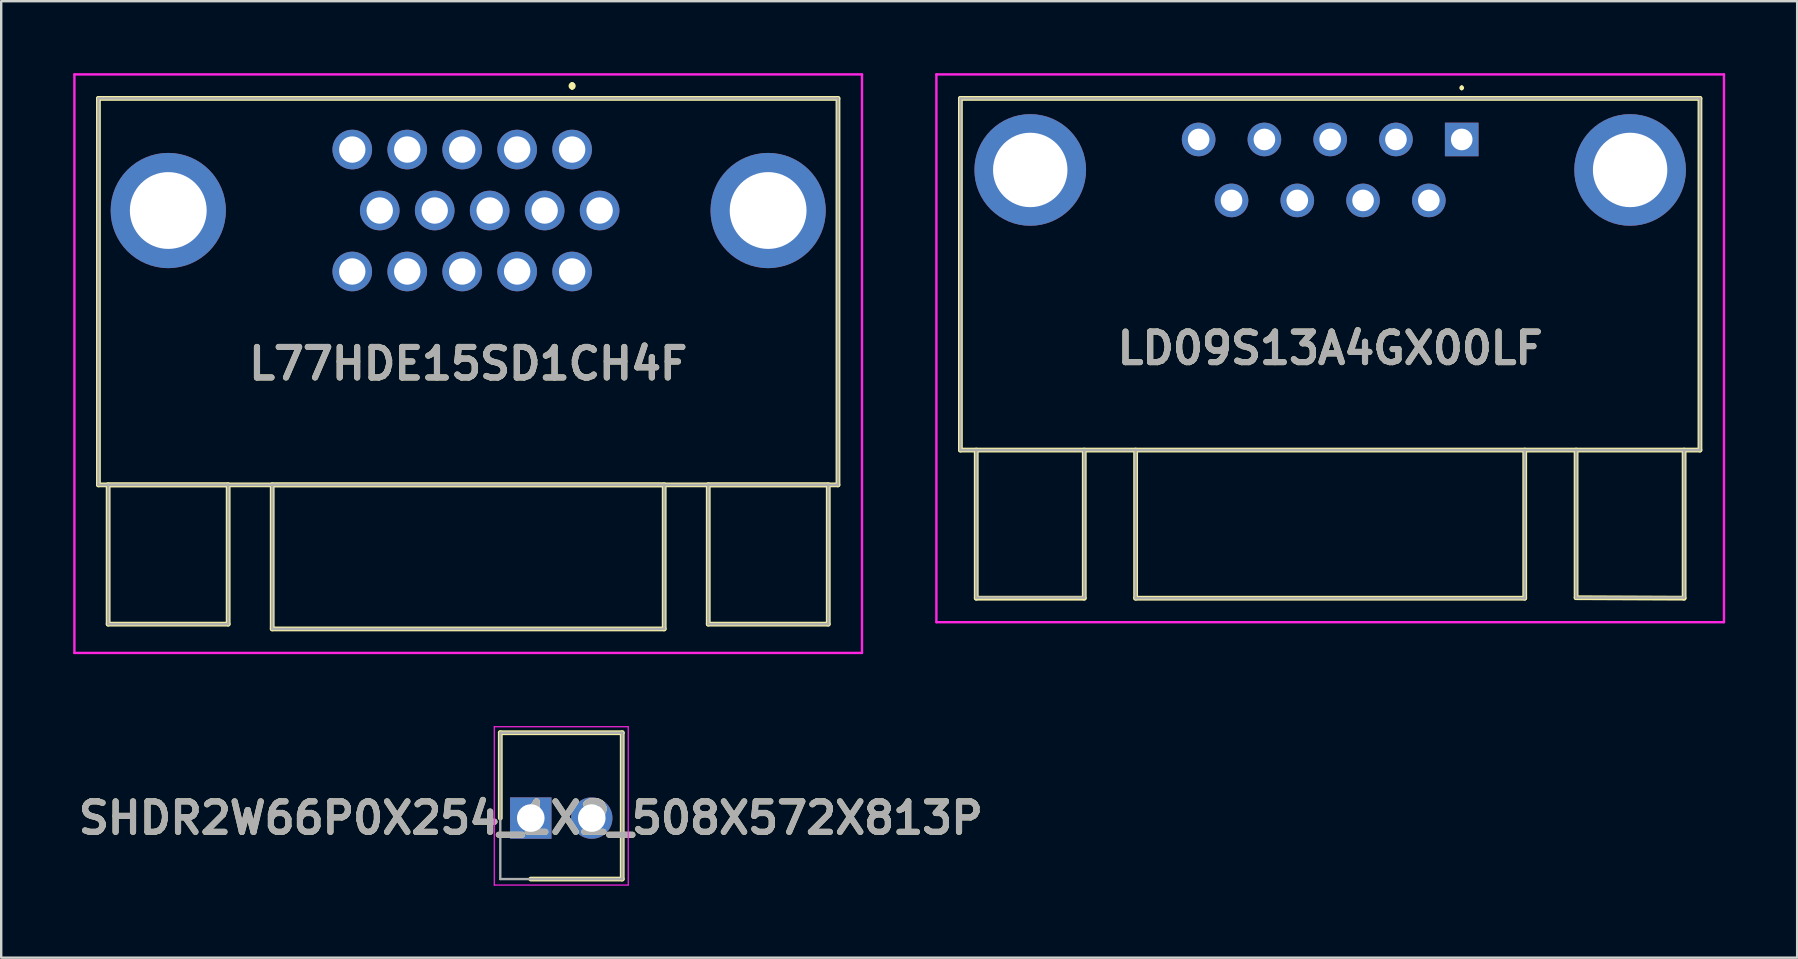
<source format=kicad_pcb>
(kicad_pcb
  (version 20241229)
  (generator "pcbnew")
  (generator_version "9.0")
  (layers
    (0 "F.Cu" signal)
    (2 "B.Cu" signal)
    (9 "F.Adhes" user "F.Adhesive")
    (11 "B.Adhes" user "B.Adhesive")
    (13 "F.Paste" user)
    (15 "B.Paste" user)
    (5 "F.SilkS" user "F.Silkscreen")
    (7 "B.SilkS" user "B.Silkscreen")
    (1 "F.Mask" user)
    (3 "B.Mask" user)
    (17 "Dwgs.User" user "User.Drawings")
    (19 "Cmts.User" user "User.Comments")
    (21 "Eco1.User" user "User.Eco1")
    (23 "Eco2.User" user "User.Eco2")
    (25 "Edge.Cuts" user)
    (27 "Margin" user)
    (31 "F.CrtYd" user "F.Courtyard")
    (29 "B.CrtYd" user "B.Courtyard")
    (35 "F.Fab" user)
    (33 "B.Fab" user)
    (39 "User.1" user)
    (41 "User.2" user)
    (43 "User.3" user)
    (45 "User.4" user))
  (footprint "LD09S13A4GX00LF"
    (layer "F.Cu")
    (at 57.845 2.76)
    (property "Reference" "LD09S13A4GX00LF" (at -5.48 8.7 0) (layer "F.SilkS") (effects (font (size 1.27 1.27) (thickness 0.254))))
    (attr through_hole)
    (fp_line (start -20.885 -1.71) (end 9.925 -1.71) (stroke (width 0.2) (type solid)) (layer "F.SilkS"))
    (fp_line (start -20.885 12.94) (end -20.885 -1.71) (stroke (width 0.2) (type solid)) (layer "F.SilkS"))
    (fp_line (start -20.225 19.11) (end -20.225 12.94) (stroke (width 0.2) (type solid)) (layer "F.SilkS"))
    (fp_line (start -15.725 12.94) (end -15.725 19.11) (stroke (width 0.2) (type solid)) (layer "F.SilkS"))
    (fp_line (start -15.725 19.11) (end -20.225 19.11) (stroke (width 0.2) (type solid)) (layer "F.SilkS"))
    (fp_line (start -13.585 19.11) (end -13.585 12.94) (stroke (width 0.2) (type solid)) (layer "F.SilkS"))
    (fp_line (start 0 -2.2) (end 0 -2.2) (stroke (width 0.1) (type solid)) (layer "F.SilkS"))
    (fp_line (start 0 -2.1) (end 0 -2.1) (stroke (width 0.1) (type solid)) (layer "F.SilkS"))
    (fp_line (start 2.625 12.94) (end 2.625 19.11) (stroke (width 0.2) (type solid)) (layer "F.SilkS"))
    (fp_line (start 2.625 19.11) (end -13.585 19.11) (stroke (width 0.2) (type solid)) (layer "F.SilkS"))
    (fp_line (start 4.765 12.94) (end 4.765 19.09) (stroke (width 0.2) (type solid)) (layer "F.SilkS"))
    (fp_line (start 4.765 19.09) (end 9.265 19.11) (stroke (width 0.2) (type solid)) (layer "F.SilkS"))
    (fp_line (start 9.265 19.11) (end 9.265 12.94) (stroke (width 0.2) (type solid)) (layer "F.SilkS"))
    (fp_line (start 9.925 -1.71) (end 9.925 12.94) (stroke (width 0.2) (type solid)) (layer "F.SilkS"))
    (fp_line (start 9.925 12.94) (end -20.885 12.94) (stroke (width 0.2) (type solid)) (layer "F.SilkS"))
    (fp_arc (start 0 -2.2) (mid 0.05 -2.15) (end 0 -2.1) (stroke (width 0.1) (type solid)) (layer "F.SilkS"))
    (fp_arc (start 0 -2.1) (mid -0.05 -2.15) (end 0 -2.2) (stroke (width 0.1) (type solid)) (layer "F.SilkS"))
    (fp_line (start -21.885 -2.71) (end -21.885 20.11) (stroke (width 0.1) (type solid)) (layer "F.CrtYd"))
    (fp_line (start -21.885 20.11) (end 10.925 20.11) (stroke (width 0.1) (type solid)) (layer "F.CrtYd"))
    (fp_line (start 10.925 -2.71) (end -21.885 -2.71) (stroke (width 0.1) (type solid)) (layer "F.CrtYd"))
    (fp_line (start 10.925 20.11) (end 10.925 -2.71) (stroke (width 0.1) (type solid)) (layer "F.CrtYd"))
    (fp_line (start -20.885 -1.71) (end -20.885 12.94) (stroke (width 0.1) (type solid)) (layer "F.Fab"))
    (fp_line (start -20.885 12.94) (end 9.925 12.94) (stroke (width 0.1) (type solid)) (layer "F.Fab"))
    (fp_line (start -20.225 19.09) (end -20.225 12.94) (stroke (width 0.1) (type solid)) (layer "F.Fab"))
    (fp_line (start -15.725 12.94) (end -15.725 19.09) (stroke (width 0.1) (type solid)) (layer "F.Fab"))
    (fp_line (start -15.725 19.09) (end -20.225 19.09) (stroke (width 0.1) (type solid)) (layer "F.Fab"))
    (fp_line (start -13.585 19.11) (end -13.585 12.94) (stroke (width 0.1) (type solid)) (layer "F.Fab"))
    (fp_line (start 2.625 12.94) (end 2.625 19.11) (stroke (width 0.1) (type solid)) (layer "F.Fab"))
    (fp_line (start 2.625 19.11) (end -13.585 19.11) (stroke (width 0.1) (type solid)) (layer "F.Fab"))
    (fp_line (start 4.765 12.94) (end 4.765 19.09) (stroke (width 0.1) (type solid)) (layer "F.Fab"))
    (fp_line (start 4.765 19.09) (end 9.265 19.09) (stroke (width 0.1) (type solid)) (layer "F.Fab"))
    (fp_line (start 9.265 19.09) (end 9.265 12.94) (stroke (width 0.1) (type solid)) (layer "F.Fab"))
    (fp_line (start 9.925 -1.71) (end -20.885 -1.71) (stroke (width 0.1) (type solid)) (layer "F.Fab"))
    (fp_line (start 9.925 12.94) (end 9.925 -1.71) (stroke (width 0.1) (type solid)) (layer "F.Fab"))
    (fp_text user "${REFERENCE}" (at -5.48 8.7 0) (layer "F.Fab") (effects (font (size 1.27 1.27) (thickness 0.254))))
    (pad "1" thru_hole rect (at 0 0) (size 1.4 1.4) (drill 0.9) (layers "*.Cu" "*.Mask"))
    (pad "2" thru_hole circle (at -2.74 0) (size 1.4 1.4) (drill 0.9) (layers "*.Cu" "*.Mask"))
    (pad "3" thru_hole circle (at -5.48 0) (size 1.4 1.4) (drill 0.9) (layers "*.Cu" "*.Mask"))
    (pad "4" thru_hole circle (at -8.22 0) (size 1.4 1.4) (drill 0.9) (layers "*.Cu" "*.Mask"))
    (pad "5" thru_hole circle (at -10.96 0) (size 1.4 1.4) (drill 0.9) (layers "*.Cu" "*.Mask"))
    (pad "6" thru_hole circle (at -1.37 2.54) (size 1.4 1.4) (drill 0.9) (layers "*.Cu" "*.Mask"))
    (pad "7" thru_hole circle (at -4.11 2.54) (size 1.4 1.4) (drill 0.9) (layers "*.Cu" "*.Mask"))
    (pad "8" thru_hole circle (at -6.85 2.54) (size 1.4 1.4) (drill 0.9) (layers "*.Cu" "*.Mask"))
    (pad "9" thru_hole circle (at -9.59 2.54) (size 1.4 1.4) (drill 0.9) (layers "*.Cu" "*.Mask"))
    (pad "MH1" thru_hole circle (at 7.015 1.27) (size 4.65 4.65) (drill 3.1) (layers "*.Cu" "*.Mask"))
    (pad "MH2" thru_hole circle (at -17.975 1.27) (size 4.65 4.65) (drill 3.1) (layers "*.Cu" "*.Mask")))
  (footprint "SHDR2W66P0X254_1X2_508X572X813P"
    (layer "F.Cu")
    (at 19.062 31.031)
    (property "Reference" "SHDR2W66P0X254_1X2_508X572X813P" (at 0 0 0) (layer "F.SilkS") (effects (font (size 1.27 1.27) (thickness 0.254))))
    (attr through_hole)
    (fp_line (start -1.27 -3.556) (end -1.27 0) (stroke (width 0.2) (type solid)) (layer "F.SilkS"))
    (fp_line (start 0 2.54) (end 3.81 2.54) (stroke (width 0.2) (type solid)) (layer "F.SilkS"))
    (fp_line (start 3.81 -3.556) (end -1.27 -3.556) (stroke (width 0.2) (type solid)) (layer "F.SilkS"))
    (fp_line (start 3.81 2.54) (end 3.81 -3.556) (stroke (width 0.2) (type solid)) (layer "F.SilkS"))
    (fp_line (start -1.52 -3.806) (end 4.06 -3.806) (stroke (width 0.05) (type solid)) (layer "F.CrtYd"))
    (fp_line (start -1.52 2.79) (end -1.52 -3.806) (stroke (width 0.05) (type solid)) (layer "F.CrtYd"))
    (fp_line (start 4.06 -3.806) (end 4.06 2.79) (stroke (width 0.05) (type solid)) (layer "F.CrtYd"))
    (fp_line (start 4.06 2.79) (end -1.52 2.79) (stroke (width 0.05) (type solid)) (layer "F.CrtYd"))
    (fp_line (start -1.27 -3.556) (end 3.81 -3.556) (stroke (width 0.1) (type solid)) (layer "F.Fab"))
    (fp_line (start -1.27 2.54) (end -1.27 -3.556) (stroke (width 0.1) (type solid)) (layer "F.Fab"))
    (fp_line (start 3.81 -3.556) (end 3.81 2.54) (stroke (width 0.1) (type solid)) (layer "F.Fab"))
    (fp_line (start 3.81 2.54) (end -1.27 2.54) (stroke (width 0.1) (type solid)) (layer "F.Fab"))
    (fp_text user "${REFERENCE}" (at 0 0 0) (layer "F.Fab") (effects (font (size 1.27 1.27) (thickness 0.254))))
    (pad "1" thru_hole rect (at 0 0) (size 1.725 1.725) (drill 1.15) (layers "*.Cu" "*.Mask"))
    (pad "2" thru_hole circle (at 2.54 0) (size 1.725 1.725) (drill 1.15) (layers "*.Cu" "*.Mask")))
  (footprint "L77HDE15SD1CH4F"
    (layer "F.Cu")
    (at 20.785 3.18)
    (property "Reference" "L77HDE15SD1CH4F" (at -4.33 8.92 0) (layer "F.SilkS") (effects (font (size 1.27 1.27) (thickness 0.254))))
    (attr through_hole)
    (fp_line (start -19.735 -2.13) (end 11.075 -2.13) (stroke (width 0.2) (type solid)) (layer "F.SilkS"))
    (fp_line (start -19.735 13.97) (end -19.735 -2.13) (stroke (width 0.2) (type solid)) (layer "F.SilkS"))
    (fp_line (start -19.33 13.97) (end -14.33 13.97) (stroke (width 0.2) (type solid)) (layer "F.SilkS"))
    (fp_line (start -19.33 19.77) (end -19.33 13.97) (stroke (width 0.2) (type solid)) (layer "F.SilkS"))
    (fp_line (start -14.33 13.97) (end -14.33 19.77) (stroke (width 0.2) (type solid)) (layer "F.SilkS"))
    (fp_line (start -14.33 19.77) (end -19.33 19.77) (stroke (width 0.2) (type solid)) (layer "F.SilkS"))
    (fp_line (start -12.495 13.97) (end 3.835 13.97) (stroke (width 0.2) (type solid)) (layer "F.SilkS"))
    (fp_line (start -12.495 19.97) (end -12.495 13.97) (stroke (width 0.2) (type solid)) (layer "F.SilkS"))
    (fp_line (start 0 -2.7) (end 0 -2.7) (stroke (width 0.2) (type solid)) (layer "F.SilkS"))
    (fp_line (start 0 -2.7) (end 0 -2.6) (stroke (width 0.2) (type solid)) (layer "F.SilkS"))
    (fp_line (start 0 -2.6) (end 0 -2.6) (stroke (width 0.2) (type solid)) (layer "F.SilkS"))
    (fp_line (start 3.835 13.97) (end 3.835 19.97) (stroke (width 0.2) (type solid)) (layer "F.SilkS"))
    (fp_line (start 3.835 19.97) (end -12.495 19.97) (stroke (width 0.2) (type solid)) (layer "F.SilkS"))
    (fp_line (start 5.67 13.97) (end 10.67 13.97) (stroke (width 0.2) (type solid)) (layer "F.SilkS"))
    (fp_line (start 5.67 19.77) (end 5.67 13.97) (stroke (width 0.2) (type solid)) (layer "F.SilkS"))
    (fp_line (start 10.67 13.97) (end 10.67 19.77) (stroke (width 0.2) (type solid)) (layer "F.SilkS"))
    (fp_line (start 10.67 19.77) (end 5.67 19.77) (stroke (width 0.2) (type solid)) (layer "F.SilkS"))
    (fp_line (start 11.075 -2.13) (end 11.075 13.97) (stroke (width 0.2) (type solid)) (layer "F.SilkS"))
    (fp_line (start 11.075 13.97) (end -19.735 13.97) (stroke (width 0.2) (type solid)) (layer "F.SilkS"))
    (fp_arc (start 0 -2.7) (mid 0.05 -2.65) (end 0 -2.6) (stroke (width 0.2) (type solid)) (layer "F.SilkS"))
    (fp_arc (start 0 -2.6) (mid -0.05 -2.65) (end 0 -2.7) (stroke (width 0.2) (type solid)) (layer "F.SilkS"))
    (fp_line (start -20.735 -3.13) (end 12.075 -3.13) (stroke (width 0.1) (type solid)) (layer "F.CrtYd"))
    (fp_line (start -20.735 20.97) (end -20.735 -3.13) (stroke (width 0.1) (type solid)) (layer "F.CrtYd"))
    (fp_line (start 12.075 -3.13) (end 12.075 20.97) (stroke (width 0.1) (type solid)) (layer "F.CrtYd"))
    (fp_line (start 12.075 20.97) (end -20.735 20.97) (stroke (width 0.1) (type solid)) (layer "F.CrtYd"))
    (fp_line (start -19.735 -2.13) (end 11.075 -2.13) (stroke (width 0.1) (type solid)) (layer "F.Fab"))
    (fp_line (start -19.735 13.97) (end -19.735 -2.13) (stroke (width 0.1) (type solid)) (layer "F.Fab"))
    (fp_line (start -19.33 13.97) (end -14.33 13.97) (stroke (width 0.1) (type solid)) (layer "F.Fab"))
    (fp_line (start -19.33 19.77) (end -19.33 13.97) (stroke (width 0.1) (type solid)) (layer "F.Fab"))
    (fp_line (start -14.33 13.97) (end -14.33 19.77) (stroke (width 0.1) (type solid)) (layer "F.Fab"))
    (fp_line (start -14.33 19.77) (end -19.33 19.77) (stroke (width 0.1) (type solid)) (layer "F.Fab"))
    (fp_line (start -12.495 13.97) (end 3.835 13.97) (stroke (width 0.1) (type solid)) (layer "F.Fab"))
    (fp_line (start -12.495 19.97) (end -12.495 13.97) (stroke (width 0.1) (type solid)) (layer "F.Fab"))
    (fp_line (start 3.835 13.97) (end 3.835 19.97) (stroke (width 0.1) (type solid)) (layer "F.Fab"))
    (fp_line (start 3.835 19.97) (end -12.495 19.97) (stroke (width 0.1) (type solid)) (layer "F.Fab"))
    (fp_line (start 5.67 13.97) (end 10.67 13.97) (stroke (width 0.1) (type solid)) (layer "F.Fab"))
    (fp_line (start 5.67 19.77) (end 5.67 13.97) (stroke (width 0.1) (type solid)) (layer "F.Fab"))
    (fp_line (start 10.67 13.97) (end 10.67 19.77) (stroke (width 0.1) (type solid)) (layer "F.Fab"))
    (fp_line (start 10.67 19.77) (end 5.67 19.77) (stroke (width 0.1) (type solid)) (layer "F.Fab"))
    (fp_line (start 11.075 -2.13) (end 11.075 13.97) (stroke (width 0.1) (type solid)) (layer "F.Fab"))
    (fp_line (start 11.075 13.97) (end -19.735 13.97) (stroke (width 0.1) (type solid)) (layer "F.Fab"))
    (fp_text user "${REFERENCE}" (at -4.33 8.92 0) (layer "F.Fab") (effects (font (size 1.27 1.27) (thickness 0.254))))
    (pad "1" thru_hole circle (at 0 0) (size 1.65 1.65) (drill 1.1) (layers "*.Cu" "*.Mask"))
    (pad "2" thru_hole circle (at -2.29 0) (size 1.65 1.65) (drill 1.1) (layers "*.Cu" "*.Mask"))
    (pad "3" thru_hole circle (at -4.58 0) (size 1.65 1.65) (drill 1.1) (layers "*.Cu" "*.Mask"))
    (pad "4" thru_hole circle (at -6.87 0) (size 1.65 1.65) (drill 1.1) (layers "*.Cu" "*.Mask"))
    (pad "5" thru_hole circle (at -9.16 0) (size 1.65 1.65) (drill 1.1) (layers "*.Cu" "*.Mask"))
    (pad "6" thru_hole circle (at 1.145 2.54) (size 1.65 1.65) (drill 1.1) (layers "*.Cu" "*.Mask"))
    (pad "7" thru_hole circle (at -1.145 2.54) (size 1.65 1.65) (drill 1.1) (layers "*.Cu" "*.Mask"))
    (pad "8" thru_hole circle (at -3.435 2.54) (size 1.65 1.65) (drill 1.1) (layers "*.Cu" "*.Mask"))
    (pad "9" thru_hole circle (at -5.725 2.54) (size 1.65 1.65) (drill 1.1) (layers "*.Cu" "*.Mask"))
    (pad "10" thru_hole circle (at -8.015 2.54) (size 1.65 1.65) (drill 1.1) (layers "*.Cu" "*.Mask"))
    (pad "11" thru_hole circle (at 0 5.08) (size 1.65 1.65) (drill 1.1) (layers "*.Cu" "*.Mask"))
    (pad "12" thru_hole circle (at -2.29 5.08) (size 1.65 1.65) (drill 1.1) (layers "*.Cu" "*.Mask"))
    (pad "13" thru_hole circle (at -4.58 5.08) (size 1.65 1.65) (drill 1.1) (layers "*.Cu" "*.Mask"))
    (pad "14" thru_hole circle (at -6.87 5.08) (size 1.65 1.65) (drill 1.1) (layers "*.Cu" "*.Mask"))
    (pad "15" thru_hole circle (at -9.16 5.08) (size 1.65 1.65) (drill 1.1) (layers "*.Cu" "*.Mask"))
    (pad "MH1" thru_hole circle (at -16.825 2.54) (size 4.8 4.8) (drill 3.2) (layers "*.Cu" "*.Mask"))
    (pad "MH2" thru_hole circle (at 8.165 2.54) (size 4.8 4.8) (drill 3.2) (layers "*.Cu" "*.Mask")))
  (gr_rect
    (start -3 -3)
    (end 71.82 36.846)
    (stroke (width 0.1) (type default))
    (fill no)
    (layer "Edge.Cuts")))
</source>
